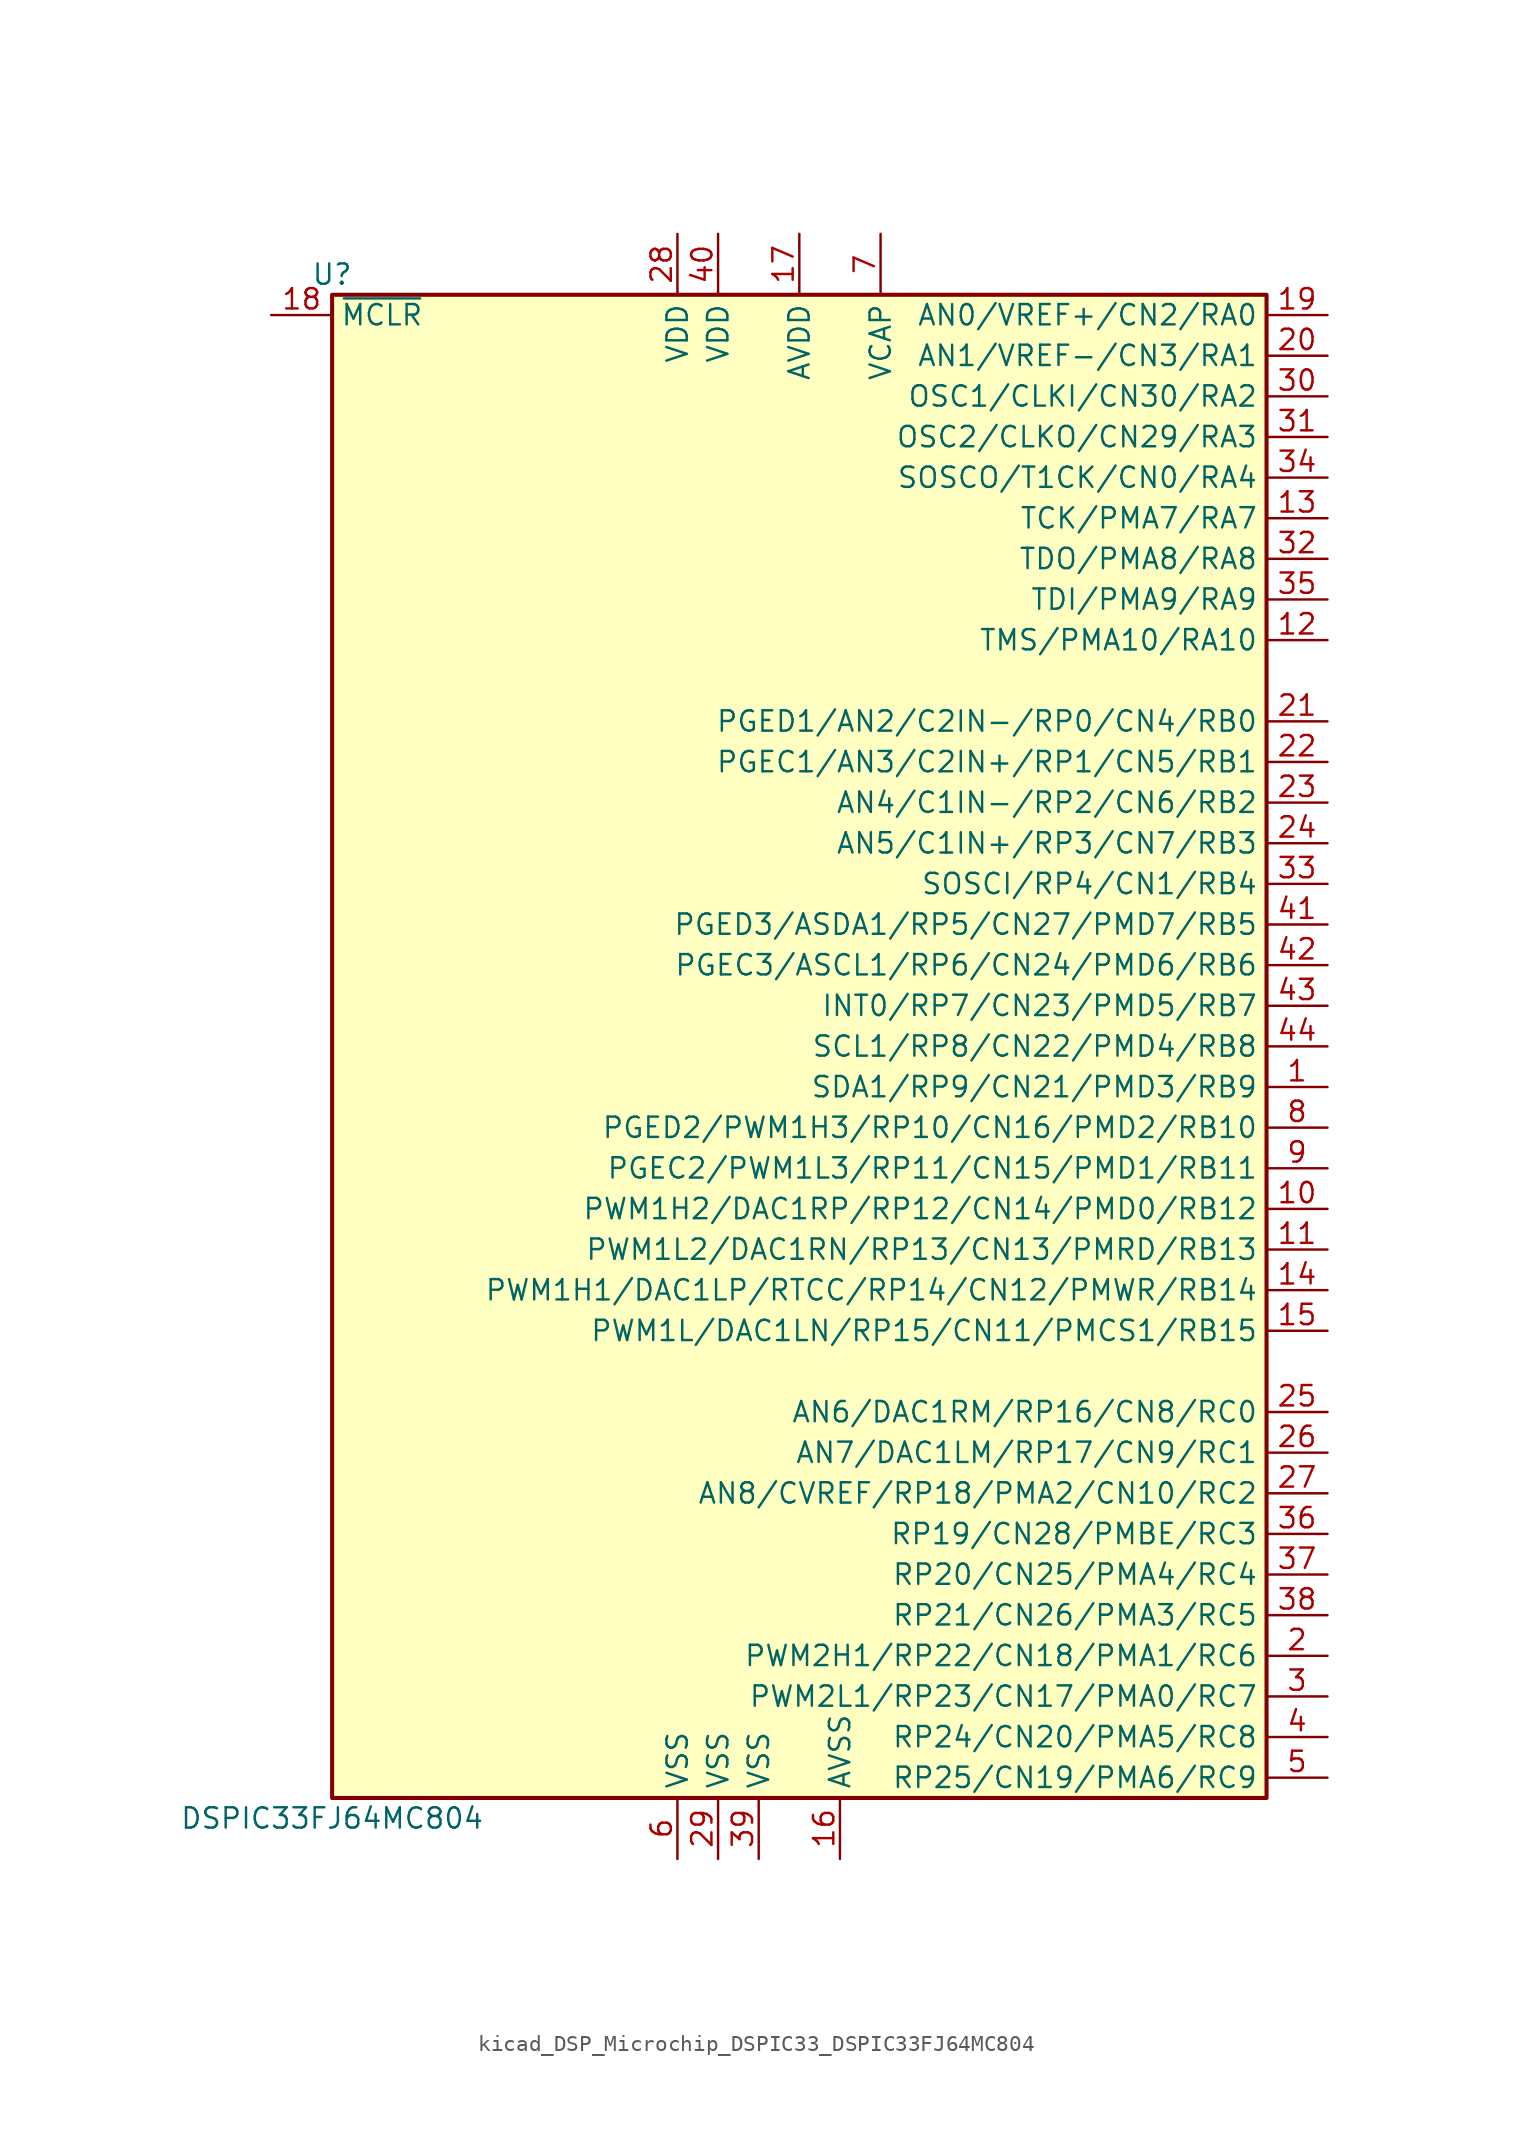
<source format=kicad_sym>
(kicad_symbol_lib
  (version 20220914)
  (generator kicad_symbol_editor)
  (symbol "kicad_DSP_Microchip_DSPIC33_DSPIC33FJ64MC804"
    (property "Reference" "U"
      (at -29.21 48.26 0)
      (effects (font (size 1.27 1.27))))
    (property "Value" "DSPIC33FJ64MC804"
      (at -29.21 -48.26 0)
      (effects (font (size 1.27 1.27))))
    (symbol "kicad_DSP_Microchip_DSPIC33_DSPIC33FJ64MC804_1_1"
      (rectangle (start -29.21 46.99) (end 29.21 -46.99) (stroke (width 0.254) (type default)) (fill (type background)))
      (pin bidirectional line (at 33.02 -2.54 180) (length 3.81) (name "SDA1/RP9/CN21/PMD3/RB9" (effects (font (size 1.27 1.27)))) (number "1" (effects (font (size 1.27 1.27)))))
      (pin bidirectional line (at 33.02 -10.16 180) (length 3.81) (name "PWM1H2/DAC1RP/RP12/CN14/PMD0/RB12" (effects (font (size 1.27 1.27)))) (number "10" (effects (font (size 1.27 1.27)))))
      (pin bidirectional line (at 33.02 -12.7 180) (length 3.81) (name "PWM1L2/DAC1RN/RP13/CN13/PMRD/RB13" (effects (font (size 1.27 1.27)))) (number "11" (effects (font (size 1.27 1.27)))))
      (pin bidirectional line (at 33.02 25.4 180) (length 3.81) (name "TMS/PMA10/RA10" (effects (font (size 1.27 1.27)))) (number "12" (effects (font (size 1.27 1.27)))))
      (pin bidirectional line (at 33.02 33.02 180) (length 3.81) (name "TCK/PMA7/RA7" (effects (font (size 1.27 1.27)))) (number "13" (effects (font (size 1.27 1.27)))))
      (pin bidirectional line (at 33.02 -15.24 180) (length 3.81) (name "PWM1H1/DAC1LP/RTCC/RP14/CN12/PMWR/RB14" (effects (font (size 1.27 1.27)))) (number "14" (effects (font (size 1.27 1.27)))))
      (pin bidirectional line (at 33.02 -17.78 180) (length 3.81) (name "PWM1L/DAC1LN/RP15/CN11/PMCS1/RB15" (effects (font (size 1.27 1.27)))) (number "15" (effects (font (size 1.27 1.27)))))
      (pin power_in line (at 2.54 -50.8 90) (length 3.81) (name "AVSS" (effects (font (size 1.27 1.27)))) (number "16" (effects (font (size 1.27 1.27)))))
      (pin power_in line (at 0 50.8 270) (length 3.81) (name "AVDD" (effects (font (size 1.27 1.27)))) (number "17" (effects (font (size 1.27 1.27)))))
      (pin input line (at -33.02 45.72 0) (length 3.81) (name "~{MCLR}" (effects (font (size 1.27 1.27)))) (number "18" (effects (font (size 1.27 1.27)))))
      (pin bidirectional line (at 33.02 45.72 180) (length 3.81) (name "AN0/VREF+/CN2/RA0" (effects (font (size 1.27 1.27)))) (number "19" (effects (font (size 1.27 1.27)))))
      (pin bidirectional line (at 33.02 -38.1 180) (length 3.81) (name "PWM2H1/RP22/CN18/PMA1/RC6" (effects (font (size 1.27 1.27)))) (number "2" (effects (font (size 1.27 1.27)))))
      (pin bidirectional line (at 33.02 43.18 180) (length 3.81) (name "AN1/VREF-/CN3/RA1" (effects (font (size 1.27 1.27)))) (number "20" (effects (font (size 1.27 1.27)))))
      (pin bidirectional line (at 33.02 20.32 180) (length 3.81) (name "PGED1/AN2/C2IN-/RP0/CN4/RB0" (effects (font (size 1.27 1.27)))) (number "21" (effects (font (size 1.27 1.27)))))
      (pin bidirectional line (at 33.02 17.78 180) (length 3.81) (name "PGEC1/AN3/C2IN+/RP1/CN5/RB1" (effects (font (size 1.27 1.27)))) (number "22" (effects (font (size 1.27 1.27)))))
      (pin bidirectional line (at 33.02 15.24 180) (length 3.81) (name "AN4/C1IN-/RP2/CN6/RB2" (effects (font (size 1.27 1.27)))) (number "23" (effects (font (size 1.27 1.27)))))
      (pin bidirectional line (at 33.02 12.7 180) (length 3.81) (name "AN5/C1IN+/RP3/CN7/RB3" (effects (font (size 1.27 1.27)))) (number "24" (effects (font (size 1.27 1.27)))))
      (pin bidirectional line (at 33.02 -22.86 180) (length 3.81) (name "AN6/DAC1RM/RP16/CN8/RC0" (effects (font (size 1.27 1.27)))) (number "25" (effects (font (size 1.27 1.27)))))
      (pin bidirectional line (at 33.02 -25.4 180) (length 3.81) (name "AN7/DAC1LM/RP17/CN9/RC1" (effects (font (size 1.27 1.27)))) (number "26" (effects (font (size 1.27 1.27)))))
      (pin bidirectional line (at 33.02 -27.94 180) (length 3.81) (name "AN8/CVREF/RP18/PMA2/CN10/RC2" (effects (font (size 1.27 1.27)))) (number "27" (effects (font (size 1.27 1.27)))))
      (pin power_in line (at -7.62 50.8 270) (length 3.81) (name "VDD" (effects (font (size 1.27 1.27)))) (number "28" (effects (font (size 1.27 1.27)))))
      (pin power_in line (at -5.08 -50.8 90) (length 3.81) (name "VSS" (effects (font (size 1.27 1.27)))) (number "29" (effects (font (size 1.27 1.27)))))
      (pin bidirectional line (at 33.02 -40.64 180) (length 3.81) (name "PWM2L1/RP23/CN17/PMA0/RC7" (effects (font (size 1.27 1.27)))) (number "3" (effects (font (size 1.27 1.27)))))
      (pin input line (at 33.02 40.64 180) (length 3.81) (name "OSC1/CLKI/CN30/RA2" (effects (font (size 1.27 1.27)))) (number "30" (effects (font (size 1.27 1.27)))))
      (pin input line (at 33.02 38.1 180) (length 3.81) (name "OSC2/CLKO/CN29/RA3" (effects (font (size 1.27 1.27)))) (number "31" (effects (font (size 1.27 1.27)))))
      (pin input line (at 33.02 30.48 180) (length 3.81) (name "TDO/PMA8/RA8" (effects (font (size 1.27 1.27)))) (number "32" (effects (font (size 1.27 1.27)))))
      (pin input line (at 33.02 10.16 180) (length 3.81) (name "SOSCI/RP4/CN1/RB4" (effects (font (size 1.27 1.27)))) (number "33" (effects (font (size 1.27 1.27)))))
      (pin input line (at 33.02 35.56 180) (length 3.81) (name "SOSCO/T1CK/CN0/RA4" (effects (font (size 1.27 1.27)))) (number "34" (effects (font (size 1.27 1.27)))))
      (pin input line (at 33.02 27.94 180) (length 3.81) (name "TDI/PMA9/RA9" (effects (font (size 1.27 1.27)))) (number "35" (effects (font (size 1.27 1.27)))))
      (pin input line (at 33.02 -30.48 180) (length 3.81) (name "RP19/CN28/PMBE/RC3" (effects (font (size 1.27 1.27)))) (number "36" (effects (font (size 1.27 1.27)))))
      (pin input line (at 33.02 -33.02 180) (length 3.81) (name "RP20/CN25/PMA4/RC4" (effects (font (size 1.27 1.27)))) (number "37" (effects (font (size 1.27 1.27)))))
      (pin input line (at 33.02 -35.56 180) (length 3.81) (name "RP21/CN26/PMA3/RC5" (effects (font (size 1.27 1.27)))) (number "38" (effects (font (size 1.27 1.27)))))
      (pin power_in line (at -2.54 -50.8 90) (length 3.81) (name "VSS" (effects (font (size 1.27 1.27)))) (number "39" (effects (font (size 1.27 1.27)))))
      (pin bidirectional line (at 33.02 -43.18 180) (length 3.81) (name "RP24/CN20/PMA5/RC8" (effects (font (size 1.27 1.27)))) (number "4" (effects (font (size 1.27 1.27)))))
      (pin power_in line (at -5.08 50.8 270) (length 3.81) (name "VDD" (effects (font (size 1.27 1.27)))) (number "40" (effects (font (size 1.27 1.27)))))
      (pin input line (at 33.02 7.62 180) (length 3.81) (name "PGED3/ASDA1/RP5/CN27/PMD7/RB5" (effects (font (size 1.27 1.27)))) (number "41" (effects (font (size 1.27 1.27)))))
      (pin input line (at 33.02 5.08 180) (length 3.81) (name "PGEC3/ASCL1/RP6/CN24/PMD6/RB6" (effects (font (size 1.27 1.27)))) (number "42" (effects (font (size 1.27 1.27)))))
      (pin input line (at 33.02 2.54 180) (length 3.81) (name "INT0/RP7/CN23/PMD5/RB7" (effects (font (size 1.27 1.27)))) (number "43" (effects (font (size 1.27 1.27)))))
      (pin input line (at 33.02 0 180) (length 3.81) (name "SCL1/RP8/CN22/PMD4/RB8" (effects (font (size 1.27 1.27)))) (number "44" (effects (font (size 1.27 1.27)))))
      (pin bidirectional line (at 33.02 -45.72 180) (length 3.81) (name "RP25/CN19/PMA6/RC9" (effects (font (size 1.27 1.27)))) (number "5" (effects (font (size 1.27 1.27)))))
      (pin power_in line (at -7.62 -50.8 90) (length 3.81) (name "VSS" (effects (font (size 1.27 1.27)))) (number "6" (effects (font (size 1.27 1.27)))))
      (pin power_in line (at 5.08 50.8 270) (length 3.81) (name "VCAP" (effects (font (size 1.27 1.27)))) (number "7" (effects (font (size 1.27 1.27)))))
      (pin bidirectional line (at 33.02 -5.08 180) (length 3.81) (name "PGED2/PWM1H3/RP10/CN16/PMD2/RB10" (effects (font (size 1.27 1.27)))) (number "8" (effects (font (size 1.27 1.27)))))
      (pin bidirectional line (at 33.02 -7.62 180) (length 3.81) (name "PGEC2/PWM1L3/RP11/CN15/PMD1/RB11" (effects (font (size 1.27 1.27)))) (number "9" (effects (font (size 1.27 1.27))))))))
</source>
